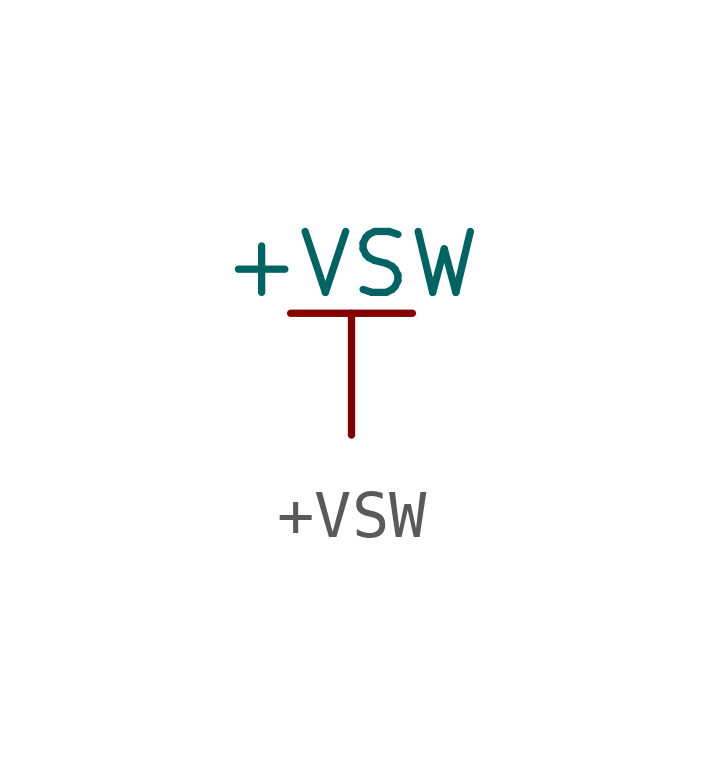
<source format=kicad_sym>
(kicad_symbol_lib
  (version 20220914)
  (generator kicad_symbol_editor)
  (symbol "+VSW"
    (power)
    (pin_names
      (offset 0))
    (property "Reference" "#PWR"
      (at 0 -3.81 0)
      (effects (font (size 1.27 1.27)) hide))
    (property "Value" "+VSW"
      (at 0 3.556 0)
      (effects (font (size 1.27 1.27))))
    (symbol "+VSW_0_1"
      (polyline (pts (xy -1.27 2.54) (xy 1.27 2.54)) (stroke (width 0) (type solid)) (fill (type none)))
      (polyline (pts (xy 0 0) (xy 0 2.54)) (stroke (width 0) (type solid)) (fill (type none))))
    (symbol "+VSW_1_1"
      (pin power_in line (at 0 0 90) (length 0) hide (name "+VSW" (effects (font (size 1.27 1.27)))) (number "1" (effects (font (size 1.27 1.27))))))))
</source>
